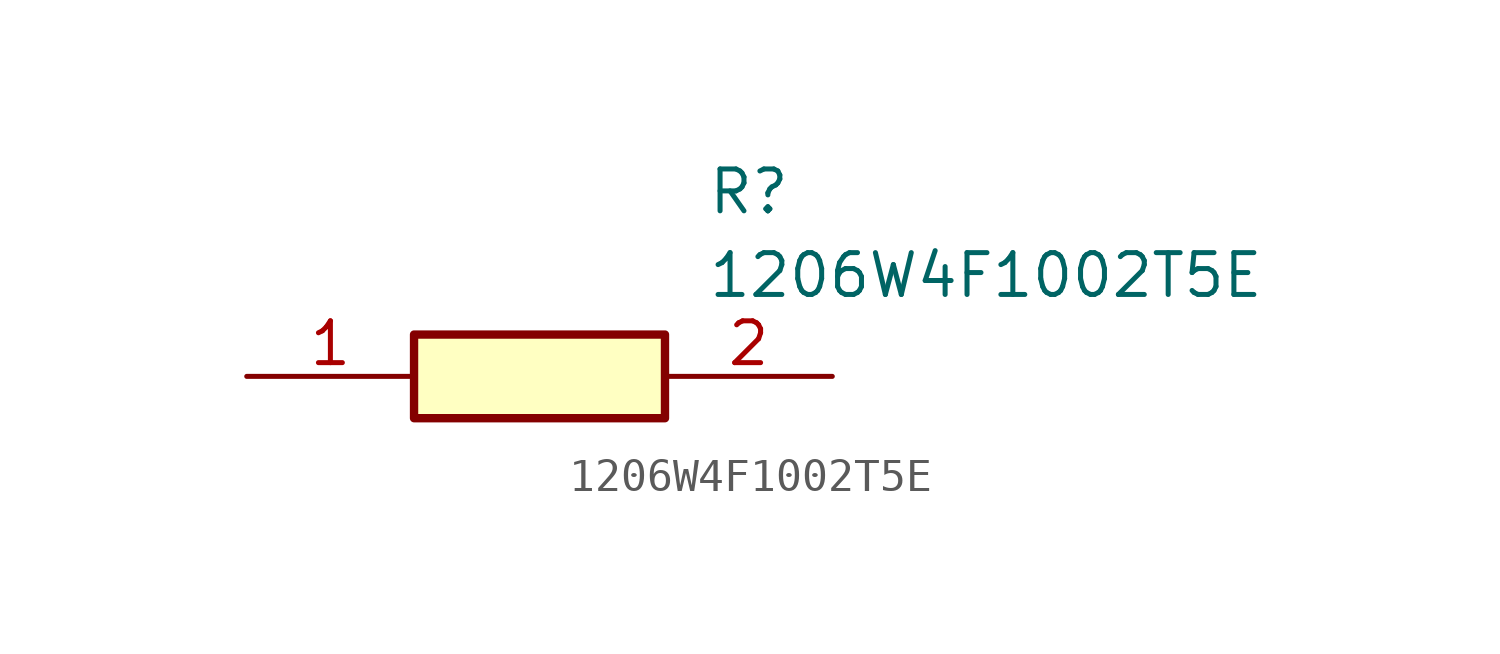
<source format=kicad_sym>
(kicad_symbol_lib
  (version 20211014)
  (generator SamacSys_ECAD_Model)
  (symbol "1206W4F1002T5E"
    (pin_names hide)
    (property "Reference" "R"
      (at 13.97 6.35 0)
      (effects (font (size 1.27 1.27)) (justify left top)))
    (property "Value" "1206W4F1002T5E"
      (at 13.97 3.81 0)
      (effects (font (size 1.27 1.27)) (justify left top)))
    (rectangle
      (start 5.08 1.27)
      (end 12.7 -1.27)
      (stroke (width 0.254) (type default))
      (fill (type background)))
    (pin passive line
      (at 0 0 0)
      (length 5.08)
      (name "1" (effects (font (size 1.27 1.27))))
      (number "1" (effects (font (size 1.27 1.27)))))
    (pin passive line
      (at 17.78 0 180)
      (length 5.08)
      (name "2" (effects (font (size 1.27 1.27))))
      (number "2" (effects (font (size 1.27 1.27)))))))
</source>
